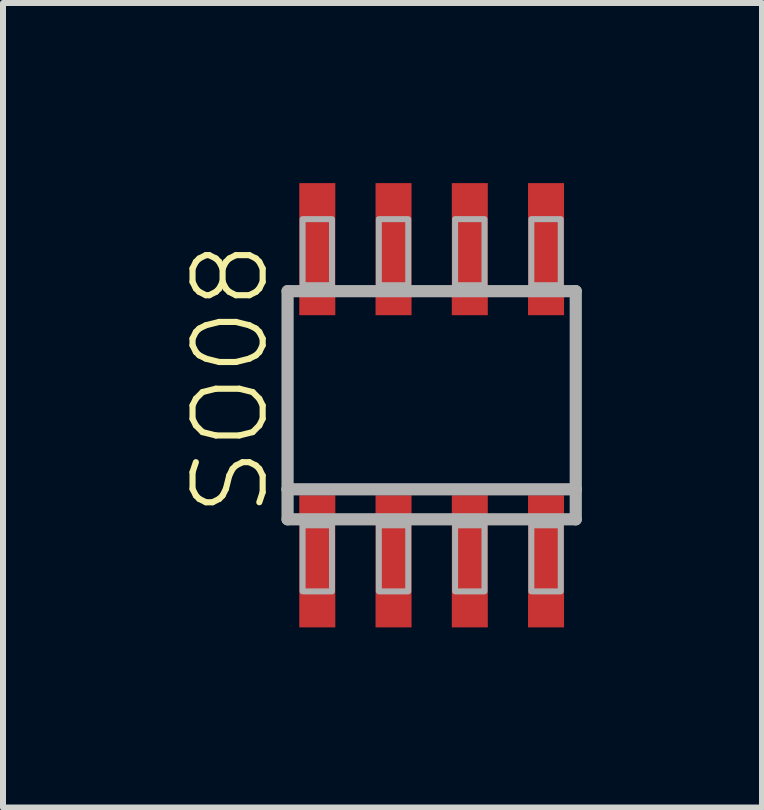
<source format=kicad_pcb>
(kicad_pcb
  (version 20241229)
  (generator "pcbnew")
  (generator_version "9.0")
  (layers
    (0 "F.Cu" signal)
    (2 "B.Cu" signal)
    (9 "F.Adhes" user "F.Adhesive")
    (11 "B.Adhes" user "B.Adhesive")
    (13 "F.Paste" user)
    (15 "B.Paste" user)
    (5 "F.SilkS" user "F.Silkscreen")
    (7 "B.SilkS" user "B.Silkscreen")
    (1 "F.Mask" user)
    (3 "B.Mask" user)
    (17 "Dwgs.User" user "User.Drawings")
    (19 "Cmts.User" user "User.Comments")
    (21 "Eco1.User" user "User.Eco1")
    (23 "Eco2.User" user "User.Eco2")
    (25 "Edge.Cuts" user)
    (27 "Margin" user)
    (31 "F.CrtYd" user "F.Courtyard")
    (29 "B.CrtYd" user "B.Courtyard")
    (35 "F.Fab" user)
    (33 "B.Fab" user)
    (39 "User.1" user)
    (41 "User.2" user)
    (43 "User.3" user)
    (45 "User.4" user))
  (footprint "SO08"
    (layer "F.Cu")
    (at 4.14 3.7)
    (property "Reference" "SO08" (at -2.667 1.905 90) (unlocked yes) (layer "F.SilkS") (effects (font (size 1.168 1.168) (thickness 0.102)) (justify left bottom)))
    (fp_line (start -2.4 -1.9) (end 2.4 -1.9) (stroke (width 0.203) (type solid)) (layer "F.Fab"))
    (fp_line (start -2.4 1.4) (end -2.4 -1.9) (stroke (width 0.203) (type solid)) (layer "F.Fab"))
    (fp_line (start -2.4 1.9) (end -2.4 1.4) (stroke (width 0.203) (type solid)) (layer "F.Fab"))
    (fp_line (start 2.4 -1.9) (end 2.4 1.4) (stroke (width 0.203) (type solid)) (layer "F.Fab"))
    (fp_line (start 2.4 1.4) (end -2.4 1.4) (stroke (width 0.203) (type solid)) (layer "F.Fab"))
    (fp_line (start 2.4 1.4) (end 2.4 1.9) (stroke (width 0.203) (type solid)) (layer "F.Fab"))
    (fp_line (start 2.4 1.9) (end -2.4 1.9) (stroke (width 0.203) (type solid)) (layer "F.Fab"))
    (fp_poly (pts (xy -2.15 -2) (xy -1.66 -2) (xy -1.66 -3.1) (xy -2.15 -3.1)) (stroke (width 0.1) (type default)) (fill no) (layer "F.Fab"))
    (fp_poly (pts (xy -2.15 3.1) (xy -1.66 3.1) (xy -1.66 2) (xy -2.15 2)) (stroke (width 0.1) (type default)) (fill no) (layer "F.Fab"))
    (fp_poly (pts (xy -0.88 -2) (xy -0.39 -2) (xy -0.39 -3.1) (xy -0.88 -3.1)) (stroke (width 0.1) (type default)) (fill no) (layer "F.Fab"))
    (fp_poly (pts (xy -0.88 3.1) (xy -0.39 3.1) (xy -0.39 2) (xy -0.88 2)) (stroke (width 0.1) (type default)) (fill no) (layer "F.Fab"))
    (fp_poly (pts (xy 0.39 -2) (xy 0.88 -2) (xy 0.88 -3.1) (xy 0.39 -3.1)) (stroke (width 0.1) (type default)) (fill no) (layer "F.Fab"))
    (fp_poly (pts (xy 0.39 3.1) (xy 0.88 3.1) (xy 0.88 2) (xy 0.39 2)) (stroke (width 0.1) (type default)) (fill no) (layer "F.Fab"))
    (fp_poly (pts (xy 1.66 -2) (xy 2.15 -2) (xy 2.15 -3.1) (xy 1.66 -3.1)) (stroke (width 0.1) (type default)) (fill no) (layer "F.Fab"))
    (fp_poly (pts (xy 1.66 3.1) (xy 2.15 3.1) (xy 2.15 2) (xy 1.66 2)) (stroke (width 0.1) (type default)) (fill no) (layer "F.Fab"))
    (pad "1" smd rect (at -1.905 2.6) (size 0.6 2.2) (layers "F.Cu" "F.Mask" "F.Paste"))
    (pad "2" smd rect (at -0.635 2.6) (size 0.6 2.2) (layers "F.Cu" "F.Mask" "F.Paste"))
    (pad "3" smd rect (at 0.635 2.6) (size 0.6 2.2) (layers "F.Cu" "F.Mask" "F.Paste"))
    (pad "4" smd rect (at 1.905 2.6) (size 0.6 2.2) (layers "F.Cu" "F.Mask" "F.Paste"))
    (pad "5" smd rect (at 1.905 -2.6) (size 0.6 2.2) (layers "F.Cu" "F.Mask" "F.Paste"))
    (pad "6" smd rect (at 0.635 -2.6) (size 0.6 2.2) (layers "F.Cu" "F.Mask" "F.Paste"))
    (pad "7" smd rect (at -0.635 -2.6) (size 0.6 2.2) (layers "F.Cu" "F.Mask" "F.Paste"))
    (pad "8" smd rect (at -1.905 -2.6) (size 0.6 2.2) (layers "F.Cu" "F.Mask" "F.Paste")))
  (gr_rect
    (start -3 -3)
    (end 9.642 10.4)
    (stroke (width 0.1) (type default))
    (fill no)
    (layer "Edge.Cuts")))
</source>
